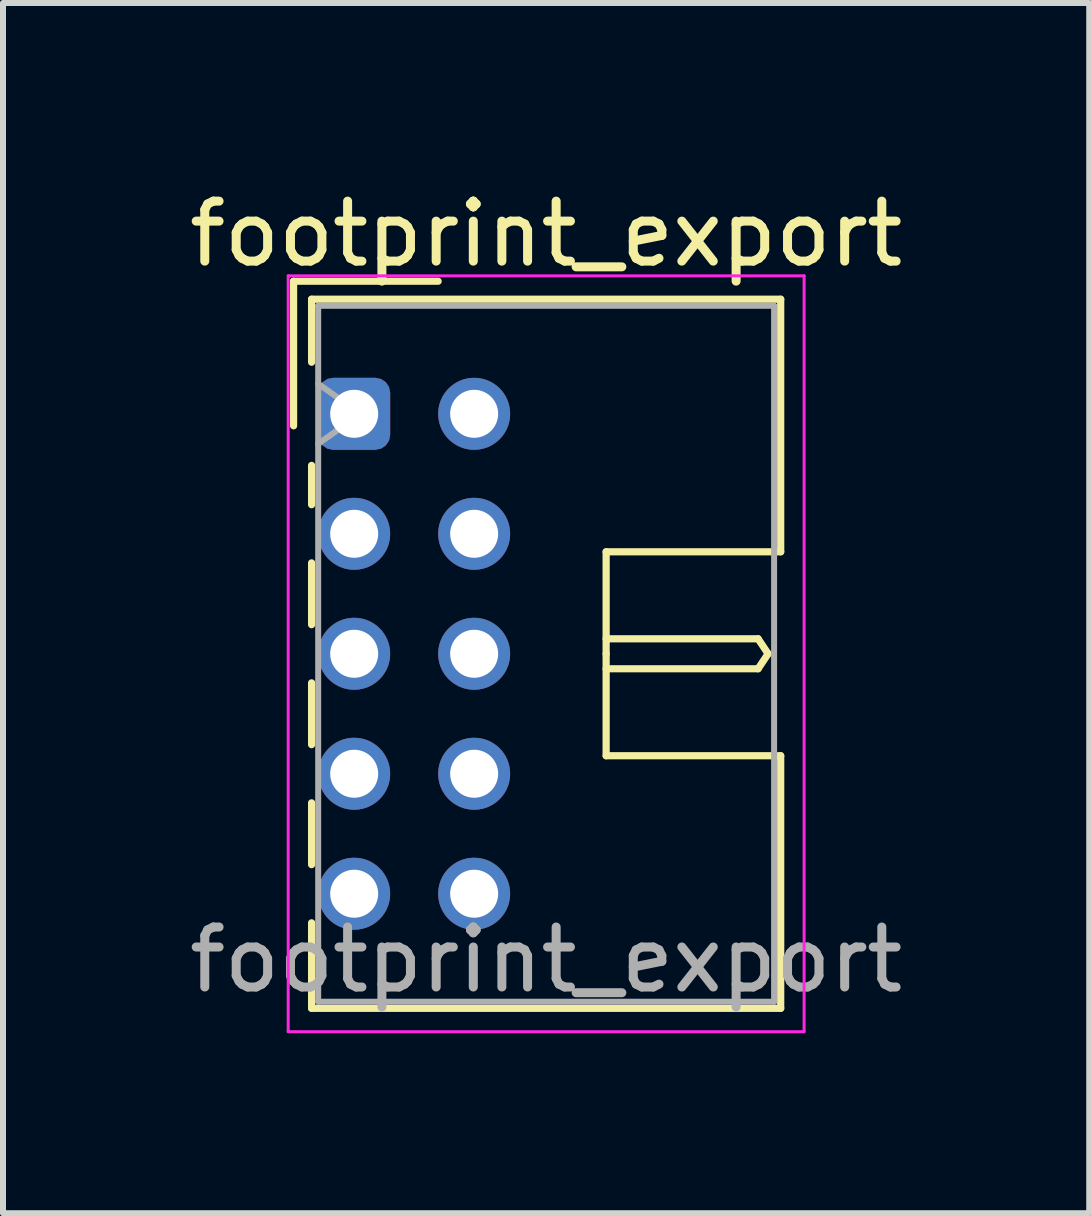
<source format=kicad_pcb>
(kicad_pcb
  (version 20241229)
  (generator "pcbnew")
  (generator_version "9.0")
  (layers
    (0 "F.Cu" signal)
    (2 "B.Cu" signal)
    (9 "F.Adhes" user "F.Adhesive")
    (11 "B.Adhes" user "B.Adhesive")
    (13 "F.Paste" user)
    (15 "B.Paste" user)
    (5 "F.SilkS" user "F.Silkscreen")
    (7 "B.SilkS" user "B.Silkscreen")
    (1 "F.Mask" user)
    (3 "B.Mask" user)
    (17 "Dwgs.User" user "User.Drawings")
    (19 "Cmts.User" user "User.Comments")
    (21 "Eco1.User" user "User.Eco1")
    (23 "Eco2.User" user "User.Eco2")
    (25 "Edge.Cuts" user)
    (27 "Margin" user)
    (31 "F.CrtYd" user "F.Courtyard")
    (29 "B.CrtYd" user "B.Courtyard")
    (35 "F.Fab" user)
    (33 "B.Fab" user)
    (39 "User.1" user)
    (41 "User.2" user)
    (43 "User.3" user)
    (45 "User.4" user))
  (footprint "footprint_export"
    (layer "F.Cu")
    (at 2.854 3.848)
    (property "Reference" "footprint_export" (at 3.2 -3 0) (layer "F.SilkS") (effects (font (size 1 1) (thickness 0.15))))
    (attr through_hole)
    (fp_line (start -1.01 -2.21) (end -1.01 0.2) (stroke (width 0.12) (type solid)) (layer "F.SilkS"))
    (fp_line (start -0.71 -1.91) (end -0.71 -0.86) (stroke (width 0.12) (type solid)) (layer "F.SilkS"))
    (fp_line (start -0.71 -1.91) (end 7.11 -1.91) (stroke (width 0.12) (type solid)) (layer "F.SilkS"))
    (fp_line (start -0.71 0.86) (end -0.71 1.515) (stroke (width 0.12) (type solid)) (layer "F.SilkS"))
    (fp_line (start -0.71 2.485) (end -0.71 3.515) (stroke (width 0.12) (type solid)) (layer "F.SilkS"))
    (fp_line (start -0.71 4.485) (end -0.71 5.515) (stroke (width 0.12) (type solid)) (layer "F.SilkS"))
    (fp_line (start -0.71 6.485) (end -0.71 7.515) (stroke (width 0.12) (type solid)) (layer "F.SilkS"))
    (fp_line (start -0.71 8.485) (end -0.71 9.91) (stroke (width 0.12) (type solid)) (layer "F.SilkS"))
    (fp_line (start -0.71 9.91) (end 7.11 9.91) (stroke (width 0.12) (type solid)) (layer "F.SilkS"))
    (fp_line (start 1.4 -2.21) (end -1.01 -2.21) (stroke (width 0.12) (type solid)) (layer "F.SilkS"))
    (fp_line (start 4.2 2.3) (end 4.2 4) (stroke (width 0.12) (type solid)) (layer "F.SilkS"))
    (fp_line (start 4.2 3.75) (end 6.733 3.75) (stroke (width 0.12) (type solid)) (layer "F.SilkS"))
    (fp_line (start 4.2 5.7) (end 4.2 4) (stroke (width 0.12) (type solid)) (layer "F.SilkS"))
    (fp_line (start 6.733 3.75) (end 6.9 4) (stroke (width 0.12) (type solid)) (layer "F.SilkS"))
    (fp_line (start 6.733 4.25) (end 4.2 4.25) (stroke (width 0.12) (type solid)) (layer "F.SilkS"))
    (fp_line (start 6.9 4) (end 6.733 4.25) (stroke (width 0.12) (type solid)) (layer "F.SilkS"))
    (fp_line (start 7.11 -1.91) (end 7.11 2.3) (stroke (width 0.12) (type solid)) (layer "F.SilkS"))
    (fp_line (start 7.11 2.3) (end 4.2 2.3) (stroke (width 0.12) (type solid)) (layer "F.SilkS"))
    (fp_line (start 7.11 5.7) (end 4.2 5.7) (stroke (width 0.12) (type solid)) (layer "F.SilkS"))
    (fp_line (start 7.11 9.91) (end 7.11 5.7) (stroke (width 0.12) (type solid)) (layer "F.SilkS"))
    (fp_line (start -1.1 -2.3) (end -1.1 10.3) (stroke (width 0.05) (type solid)) (layer "F.CrtYd"))
    (fp_line (start -1.1 10.3) (end 7.5 10.3) (stroke (width 0.05) (type solid)) (layer "F.CrtYd"))
    (fp_line (start 7.5 -2.3) (end -1.1 -2.3) (stroke (width 0.05) (type solid)) (layer "F.CrtYd"))
    (fp_line (start 7.5 10.3) (end 7.5 -2.3) (stroke (width 0.05) (type solid)) (layer "F.CrtYd"))
    (fp_line (start -0.6 -1.8) (end -0.6 9.8) (stroke (width 0.1) (type solid)) (layer "F.Fab"))
    (fp_line (start -0.6 0.5) (end 0.107 0) (stroke (width 0.1) (type solid)) (layer "F.Fab"))
    (fp_line (start -0.6 9.8) (end 7 9.8) (stroke (width 0.1) (type solid)) (layer "F.Fab"))
    (fp_line (start 0.107 0) (end -0.6 -0.5) (stroke (width 0.1) (type solid)) (layer "F.Fab"))
    (fp_line (start 7 -1.8) (end -0.6 -1.8) (stroke (width 0.1) (type solid)) (layer "F.Fab"))
    (fp_line (start 7 9.8) (end 7 -1.8) (stroke (width 0.1) (type solid)) (layer "F.Fab"))
    (fp_text user "${REFERENCE}" (at 3.2 9.1 0) (layer "F.Fab") (effects (font (size 1 1) (thickness 0.15))))
    (pad "a1" thru_hole roundrect (at 0 0) (size 1.2 1.2) (drill 0.8) (layers "*.Cu" "*.Mask") (roundrect_rratio 0.208))
    (pad "a2" thru_hole circle (at 0 2) (size 1.2 1.2) (drill 0.8) (layers "*.Cu" "*.Mask"))
    (pad "a3" thru_hole circle (at 0 4) (size 1.2 1.2) (drill 0.8) (layers "*.Cu" "*.Mask"))
    (pad "a4" thru_hole circle (at 0 6) (size 1.2 1.2) (drill 0.8) (layers "*.Cu" "*.Mask"))
    (pad "a5" thru_hole circle (at 0 8) (size 1.2 1.2) (drill 0.8) (layers "*.Cu" "*.Mask"))
    (pad "b1" thru_hole circle (at 2 0) (size 1.2 1.2) (drill 0.8) (layers "*.Cu" "*.Mask"))
    (pad "b2" thru_hole circle (at 2 2) (size 1.2 1.2) (drill 0.8) (layers "*.Cu" "*.Mask"))
    (pad "b3" thru_hole circle (at 2 4) (size 1.2 1.2) (drill 0.8) (layers "*.Cu" "*.Mask"))
    (pad "b4" thru_hole circle (at 2 6) (size 1.2 1.2) (drill 0.8) (layers "*.Cu" "*.Mask"))
    (pad "b5" thru_hole circle (at 2 8) (size 1.2 1.2) (drill 0.8) (layers "*.Cu" "*.Mask")))
  (gr_rect
    (start -3 -3)
    (end 15.107 17.173)
    (stroke (width 0.1) (type default))
    (fill no)
    (layer "Edge.Cuts")))
</source>
